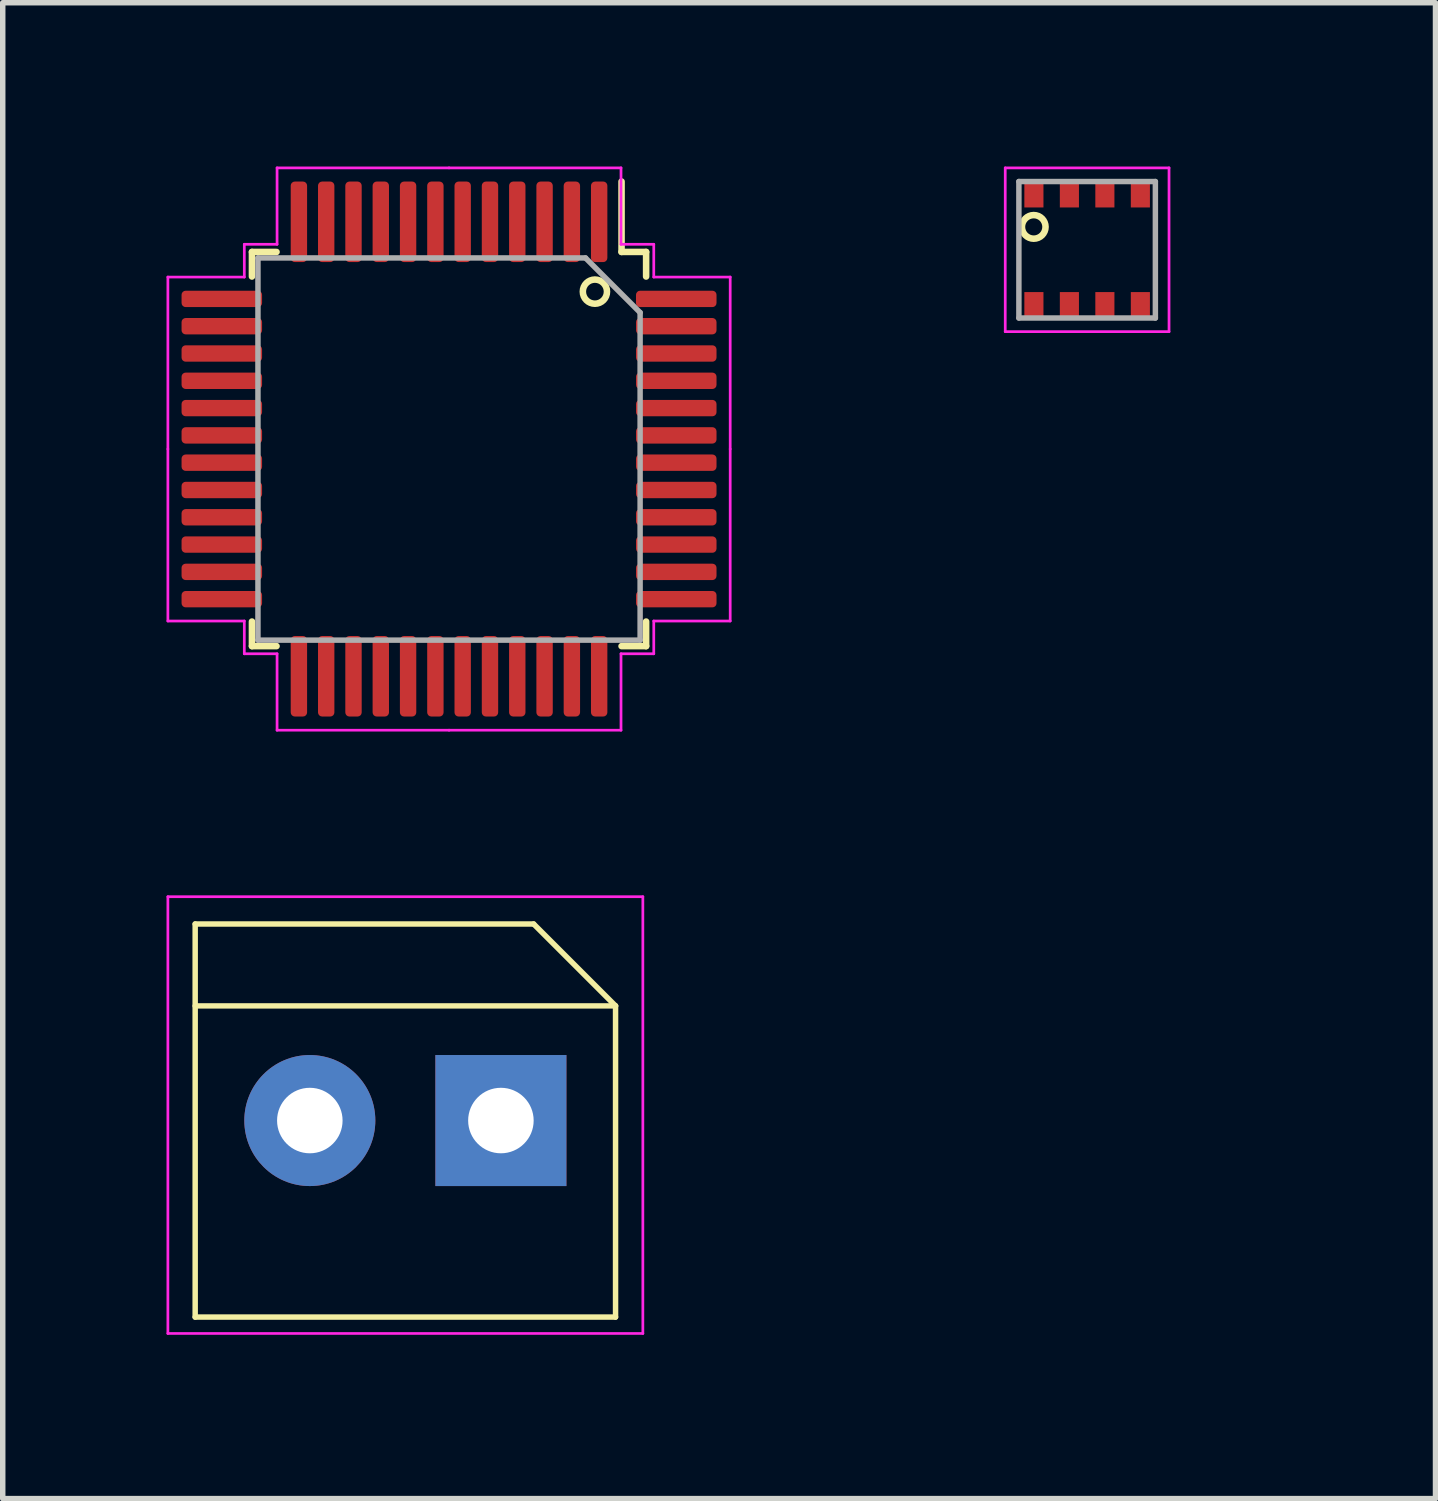
<source format=kicad_pcb>
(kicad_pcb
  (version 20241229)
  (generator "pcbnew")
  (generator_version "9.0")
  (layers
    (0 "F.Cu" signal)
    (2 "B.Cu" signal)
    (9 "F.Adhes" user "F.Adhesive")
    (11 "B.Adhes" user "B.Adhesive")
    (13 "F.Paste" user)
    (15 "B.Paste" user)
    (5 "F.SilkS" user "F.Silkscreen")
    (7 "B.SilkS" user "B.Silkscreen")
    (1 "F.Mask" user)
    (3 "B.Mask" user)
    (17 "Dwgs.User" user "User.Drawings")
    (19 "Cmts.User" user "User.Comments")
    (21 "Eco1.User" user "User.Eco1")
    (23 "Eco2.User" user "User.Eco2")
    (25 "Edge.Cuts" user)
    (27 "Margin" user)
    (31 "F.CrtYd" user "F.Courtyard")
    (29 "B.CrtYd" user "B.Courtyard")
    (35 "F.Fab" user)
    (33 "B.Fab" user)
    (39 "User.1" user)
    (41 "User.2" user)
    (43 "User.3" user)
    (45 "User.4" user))
  (footprint "TempHumidyPressure_BME280"
    (layer "F.Cu")
    (at 16.863 1.525)
    (property "Reference" "TempHumidyPressure_BME280" (at -0.066 -0.003 0) (layer "Eco2.User") (effects (font (size 0.3 0.3) (thickness 0.075))))
    (attr through_hole)
    (fp_circle (center -0.978 -0.419) (end -0.965 -0.203) (stroke (width 0.12) (type solid)) (fill no) (layer "F.SilkS"))
    (fp_line (start -1.5 -1.5) (end -1.5 1.5) (stroke (width 0.05) (type solid)) (layer "F.CrtYd"))
    (fp_line (start 1.5 -1.5) (end -1.5 -1.5) (stroke (width 0.05) (type solid)) (layer "F.CrtYd"))
    (fp_line (start 1.5 -1.5) (end 1.5 1.5) (stroke (width 0.05) (type solid)) (layer "F.CrtYd"))
    (fp_line (start 1.5 1.5) (end -1.5 1.5) (stroke (width 0.05) (type solid)) (layer "F.CrtYd"))
    (fp_line (start -1.25 -1.25) (end 1.25 -1.25) (stroke (width 0.1) (type solid)) (layer "F.Fab"))
    (fp_line (start -1.25 1.25) (end -1.25 -1.25) (stroke (width 0.1) (type solid)) (layer "F.Fab"))
    (fp_line (start 1.25 -1.25) (end 1.25 1.25) (stroke (width 0.1) (type solid)) (layer "F.Fab"))
    (fp_line (start 1.25 1.25) (end -1.25 1.25) (stroke (width 0.1) (type solid)) (layer "F.Fab"))
    (pad "1" smd rect (at -0.975 -1.025) (size 0.35 0.5) (layers "F.Cu" "F.Mask" "F.Paste"))
    (pad "2" smd rect (at -0.325 -1.025) (size 0.35 0.5) (layers "F.Cu" "F.Mask" "F.Paste"))
    (pad "3" smd rect (at 0.325 -1.025) (size 0.35 0.5) (layers "F.Cu" "F.Mask" "F.Paste"))
    (pad "4" smd rect (at 0.975 -1.025) (size 0.35 0.5) (layers "F.Cu" "F.Mask" "F.Paste"))
    (pad "5" smd rect (at 0.975 1.025) (size 0.35 0.5) (layers "F.Cu" "F.Mask" "F.Paste"))
    (pad "6" smd rect (at 0.325 1.025) (size 0.35 0.5) (layers "F.Cu" "F.Mask" "F.Paste"))
    (pad "7" smd rect (at -0.325 1.025) (size 0.35 0.5) (layers "F.Cu" "F.Mask" "F.Paste"))
    (pad "8" smd rect (at -0.975 1.025) (size 0.35 0.5) (layers "F.Cu" "F.Mask" "F.Paste")))
  (footprint "STM32F072C8T6"
    (layer "F.Cu")
    (at 5.175 5.175)
    (property "Reference" "STM32F072C8T6" (at -0.246 -0.272 0) (layer "Eco2.User") (effects (font (size 0.3 0.3) (thickness 0.075))))
    (attr smd)
    (fp_line (start -3.61 -3.61) (end -3.16 -3.61) (stroke (width 0.12) (type solid)) (layer "F.SilkS"))
    (fp_line (start -3.61 -3.16) (end -3.61 -3.61) (stroke (width 0.12) (type solid)) (layer "F.SilkS"))
    (fp_line (start -3.61 3.16) (end -3.61 3.61) (stroke (width 0.12) (type solid)) (layer "F.SilkS"))
    (fp_line (start -3.61 3.61) (end -3.16 3.61) (stroke (width 0.12) (type solid)) (layer "F.SilkS"))
    (fp_line (start 3.16 -3.61) (end 3.16 -4.9) (stroke (width 0.12) (type solid)) (layer "F.SilkS"))
    (fp_line (start 3.61 -3.61) (end 3.16 -3.61) (stroke (width 0.12) (type solid)) (layer "F.SilkS"))
    (fp_line (start 3.61 -3.16) (end 3.61 -3.61) (stroke (width 0.12) (type solid)) (layer "F.SilkS"))
    (fp_line (start 3.61 3.16) (end 3.61 3.61) (stroke (width 0.12) (type solid)) (layer "F.SilkS"))
    (fp_line (start 3.61 3.61) (end 3.16 3.61) (stroke (width 0.12) (type solid)) (layer "F.SilkS"))
    (fp_circle (center 2.672 -2.883) (end 2.543 -2.703) (stroke (width 0.12) (type solid)) (fill no) (layer "F.SilkS"))
    (fp_line (start -5.15 -3.15) (end -3.75 -3.15) (stroke (width 0.05) (type solid)) (layer "F.CrtYd"))
    (fp_line (start -5.15 0) (end -5.15 -3.15) (stroke (width 0.05) (type solid)) (layer "F.CrtYd"))
    (fp_line (start -5.15 0) (end -5.15 3.15) (stroke (width 0.05) (type solid)) (layer "F.CrtYd"))
    (fp_line (start -5.15 3.15) (end -3.75 3.15) (stroke (width 0.05) (type solid)) (layer "F.CrtYd"))
    (fp_line (start -3.75 -3.75) (end -3.15 -3.75) (stroke (width 0.05) (type solid)) (layer "F.CrtYd"))
    (fp_line (start -3.75 -3.15) (end -3.75 -3.75) (stroke (width 0.05) (type solid)) (layer "F.CrtYd"))
    (fp_line (start -3.75 3.15) (end -3.75 3.75) (stroke (width 0.05) (type solid)) (layer "F.CrtYd"))
    (fp_line (start -3.75 3.75) (end -3.15 3.75) (stroke (width 0.05) (type solid)) (layer "F.CrtYd"))
    (fp_line (start -3.15 -5.15) (end 0 -5.15) (stroke (width 0.05) (type solid)) (layer "F.CrtYd"))
    (fp_line (start -3.15 -3.75) (end -3.15 -5.15) (stroke (width 0.05) (type solid)) (layer "F.CrtYd"))
    (fp_line (start -3.15 3.75) (end -3.15 5.15) (stroke (width 0.05) (type solid)) (layer "F.CrtYd"))
    (fp_line (start -3.15 5.15) (end 0 5.15) (stroke (width 0.05) (type solid)) (layer "F.CrtYd"))
    (fp_line (start 3.15 -5.15) (end 0 -5.15) (stroke (width 0.05) (type solid)) (layer "F.CrtYd"))
    (fp_line (start 3.15 -3.75) (end 3.15 -5.15) (stroke (width 0.05) (type solid)) (layer "F.CrtYd"))
    (fp_line (start 3.15 3.75) (end 3.15 5.15) (stroke (width 0.05) (type solid)) (layer "F.CrtYd"))
    (fp_line (start 3.15 5.15) (end 0 5.15) (stroke (width 0.05) (type solid)) (layer "F.CrtYd"))
    (fp_line (start 3.75 -3.75) (end 3.15 -3.75) (stroke (width 0.05) (type solid)) (layer "F.CrtYd"))
    (fp_line (start 3.75 -3.15) (end 3.75 -3.75) (stroke (width 0.05) (type solid)) (layer "F.CrtYd"))
    (fp_line (start 3.75 3.15) (end 3.75 3.75) (stroke (width 0.05) (type solid)) (layer "F.CrtYd"))
    (fp_line (start 3.75 3.75) (end 3.15 3.75) (stroke (width 0.05) (type solid)) (layer "F.CrtYd"))
    (fp_line (start 5.15 -3.15) (end 3.75 -3.15) (stroke (width 0.05) (type solid)) (layer "F.CrtYd"))
    (fp_line (start 5.15 0) (end 5.15 -3.15) (stroke (width 0.05) (type solid)) (layer "F.CrtYd"))
    (fp_line (start 5.15 0) (end 5.15 3.15) (stroke (width 0.05) (type solid)) (layer "F.CrtYd"))
    (fp_line (start 5.15 3.15) (end 3.75 3.15) (stroke (width 0.05) (type solid)) (layer "F.CrtYd"))
    (fp_line (start -3.5 -3.5) (end 2.5 -3.5) (stroke (width 0.1) (type solid)) (layer "F.Fab"))
    (fp_line (start -3.5 3.5) (end -3.5 -3.5) (stroke (width 0.1) (type solid)) (layer "F.Fab"))
    (fp_line (start 2.5 -3.5) (end 3.5 -2.5) (stroke (width 0.1) (type solid)) (layer "F.Fab"))
    (fp_line (start 3.5 -2.5) (end 3.5 3.5) (stroke (width 0.1) (type solid)) (layer "F.Fab"))
    (fp_line (start 3.5 3.5) (end -3.5 3.5) (stroke (width 0.1) (type solid)) (layer "F.Fab"))
    (pad "1" smd roundrect (at 2.75 -4.162 270) (size 1.475 0.3) (layers "F.Cu" "F.Mask" "F.Paste") (roundrect_rratio 0.25))
    (pad "2" smd roundrect (at 2.25 -4.162 270) (size 1.475 0.3) (layers "F.Cu" "F.Mask" "F.Paste") (roundrect_rratio 0.25))
    (pad "3" smd roundrect (at 1.75 -4.162 270) (size 1.475 0.3) (layers "F.Cu" "F.Mask" "F.Paste") (roundrect_rratio 0.25))
    (pad "4" smd roundrect (at 1.25 -4.162 270) (size 1.475 0.3) (layers "F.Cu" "F.Mask" "F.Paste") (roundrect_rratio 0.25))
    (pad "5" smd roundrect (at 0.75 -4.162 270) (size 1.475 0.3) (layers "F.Cu" "F.Mask" "F.Paste") (roundrect_rratio 0.25))
    (pad "6" smd roundrect (at 0.25 -4.162 270) (size 1.475 0.3) (layers "F.Cu" "F.Mask" "F.Paste") (roundrect_rratio 0.25))
    (pad "7" smd roundrect (at -0.25 -4.162 270) (size 1.475 0.3) (layers "F.Cu" "F.Mask" "F.Paste") (roundrect_rratio 0.25))
    (pad "8" smd roundrect (at -0.75 -4.162 270) (size 1.475 0.3) (layers "F.Cu" "F.Mask" "F.Paste") (roundrect_rratio 0.25))
    (pad "9" smd roundrect (at -1.25 -4.162 270) (size 1.475 0.3) (layers "F.Cu" "F.Mask" "F.Paste") (roundrect_rratio 0.25))
    (pad "10" smd roundrect (at -1.75 -4.162 270) (size 1.475 0.3) (layers "F.Cu" "F.Mask" "F.Paste") (roundrect_rratio 0.25))
    (pad "11" smd roundrect (at -2.25 -4.162 270) (size 1.475 0.3) (layers "F.Cu" "F.Mask" "F.Paste") (roundrect_rratio 0.25))
    (pad "12" smd roundrect (at -2.75 -4.162 270) (size 1.475 0.3) (layers "F.Cu" "F.Mask" "F.Paste") (roundrect_rratio 0.25))
    (pad "13" smd roundrect (at -4.162 -2.75 270) (size 0.3 1.475) (layers "F.Cu" "F.Mask" "F.Paste") (roundrect_rratio 0.25))
    (pad "14" smd roundrect (at -4.162 -2.25 270) (size 0.3 1.475) (layers "F.Cu" "F.Mask" "F.Paste") (roundrect_rratio 0.25))
    (pad "15" smd roundrect (at -4.162 -1.75 270) (size 0.3 1.475) (layers "F.Cu" "F.Mask" "F.Paste") (roundrect_rratio 0.25))
    (pad "16" smd roundrect (at -4.162 -1.25 270) (size 0.3 1.475) (layers "F.Cu" "F.Mask" "F.Paste") (roundrect_rratio 0.25))
    (pad "17" smd roundrect (at -4.162 -0.75 270) (size 0.3 1.475) (layers "F.Cu" "F.Mask" "F.Paste") (roundrect_rratio 0.25))
    (pad "18" smd roundrect (at -4.162 -0.25 270) (size 0.3 1.475) (layers "F.Cu" "F.Mask" "F.Paste") (roundrect_rratio 0.25))
    (pad "19" smd roundrect (at -4.162 0.25 270) (size 0.3 1.475) (layers "F.Cu" "F.Mask" "F.Paste") (roundrect_rratio 0.25))
    (pad "20" smd roundrect (at -4.162 0.75 270) (size 0.3 1.475) (layers "F.Cu" "F.Mask" "F.Paste") (roundrect_rratio 0.25))
    (pad "21" smd roundrect (at -4.162 1.25 270) (size 0.3 1.475) (layers "F.Cu" "F.Mask" "F.Paste") (roundrect_rratio 0.25))
    (pad "22" smd roundrect (at -4.162 1.75 270) (size 0.3 1.475) (layers "F.Cu" "F.Mask" "F.Paste") (roundrect_rratio 0.25))
    (pad "23" smd roundrect (at -4.162 2.25 270) (size 0.3 1.475) (layers "F.Cu" "F.Mask" "F.Paste") (roundrect_rratio 0.25))
    (pad "24" smd roundrect (at -4.162 2.75 270) (size 0.3 1.475) (layers "F.Cu" "F.Mask" "F.Paste") (roundrect_rratio 0.25))
    (pad "25" smd roundrect (at -2.75 4.162 270) (size 1.475 0.3) (layers "F.Cu" "F.Mask" "F.Paste") (roundrect_rratio 0.25))
    (pad "26" smd roundrect (at -2.25 4.162 270) (size 1.475 0.3) (layers "F.Cu" "F.Mask" "F.Paste") (roundrect_rratio 0.25))
    (pad "27" smd roundrect (at -1.75 4.162 270) (size 1.475 0.3) (layers "F.Cu" "F.Mask" "F.Paste") (roundrect_rratio 0.25))
    (pad "28" smd roundrect (at -1.25 4.162 270) (size 1.475 0.3) (layers "F.Cu" "F.Mask" "F.Paste") (roundrect_rratio 0.25))
    (pad "29" smd roundrect (at -0.75 4.162 270) (size 1.475 0.3) (layers "F.Cu" "F.Mask" "F.Paste") (roundrect_rratio 0.25))
    (pad "30" smd roundrect (at -0.25 4.162 270) (size 1.475 0.3) (layers "F.Cu" "F.Mask" "F.Paste") (roundrect_rratio 0.25))
    (pad "31" smd roundrect (at 0.25 4.162 270) (size 1.475 0.3) (layers "F.Cu" "F.Mask" "F.Paste") (roundrect_rratio 0.25))
    (pad "32" smd roundrect (at 0.75 4.162 270) (size 1.475 0.3) (layers "F.Cu" "F.Mask" "F.Paste") (roundrect_rratio 0.25))
    (pad "33" smd roundrect (at 1.25 4.162 270) (size 1.475 0.3) (layers "F.Cu" "F.Mask" "F.Paste") (roundrect_rratio 0.25))
    (pad "34" smd roundrect (at 1.75 4.162 270) (size 1.475 0.3) (layers "F.Cu" "F.Mask" "F.Paste") (roundrect_rratio 0.25))
    (pad "35" smd roundrect (at 2.25 4.162 270) (size 1.475 0.3) (layers "F.Cu" "F.Mask" "F.Paste") (roundrect_rratio 0.25))
    (pad "36" smd roundrect (at 2.75 4.162 270) (size 1.475 0.3) (layers "F.Cu" "F.Mask" "F.Paste") (roundrect_rratio 0.25))
    (pad "37" smd roundrect (at 4.162 2.75 270) (size 0.3 1.475) (layers "F.Cu" "F.Mask" "F.Paste") (roundrect_rratio 0.25))
    (pad "38" smd roundrect (at 4.162 2.25 270) (size 0.3 1.475) (layers "F.Cu" "F.Mask" "F.Paste") (roundrect_rratio 0.25))
    (pad "39" smd roundrect (at 4.162 1.75 270) (size 0.3 1.475) (layers "F.Cu" "F.Mask" "F.Paste") (roundrect_rratio 0.25))
    (pad "40" smd roundrect (at 4.162 1.25 270) (size 0.3 1.475) (layers "F.Cu" "F.Mask" "F.Paste") (roundrect_rratio 0.25))
    (pad "41" smd roundrect (at 4.162 0.75 270) (size 0.3 1.475) (layers "F.Cu" "F.Mask" "F.Paste") (roundrect_rratio 0.25))
    (pad "42" smd roundrect (at 4.162 0.25 270) (size 0.3 1.475) (layers "F.Cu" "F.Mask" "F.Paste") (roundrect_rratio 0.25))
    (pad "43" smd roundrect (at 4.162 -0.25 270) (size 0.3 1.475) (layers "F.Cu" "F.Mask" "F.Paste") (roundrect_rratio 0.25))
    (pad "44" smd roundrect (at 4.162 -0.75 270) (size 0.3 1.475) (layers "F.Cu" "F.Mask" "F.Paste") (roundrect_rratio 0.25))
    (pad "45" smd roundrect (at 4.162 -1.25 270) (size 0.3 1.475) (layers "F.Cu" "F.Mask" "F.Paste") (roundrect_rratio 0.25))
    (pad "46" smd roundrect (at 4.162 -1.75 270) (size 0.3 1.475) (layers "F.Cu" "F.Mask" "F.Paste") (roundrect_rratio 0.25))
    (pad "47" smd roundrect (at 4.162 -2.25 270) (size 0.3 1.475) (layers "F.Cu" "F.Mask" "F.Paste") (roundrect_rratio 0.25))
    (pad "48" smd roundrect (at 4.162 -2.75 270) (size 0.3 1.475) (layers "F.Cu" "F.Mask" "F.Paste") (roundrect_rratio 0.25)))
  (footprint "TerminalBlock_2P_3.5mm"
    (layer "F.Cu")
    (at 4.332 17.389)
    (property "Reference" "TerminalBlock_2P_3.5mm" (at 0.061 -1.554 0) (layer "Eco2.User") (effects (font (size 0.3 0.3) (thickness 0.075))))
    (attr through_hole)
    (fp_line (start -3.807 -3.514) (end 2.393 -3.514) (stroke (width 0.1) (type solid)) (layer "F.SilkS"))
    (fp_line (start -3.807 3.686) (end -3.807 -3.514) (stroke (width 0.1) (type solid)) (layer "F.SilkS"))
    (fp_line (start 2.393 -3.514) (end 3.893 -2.014) (stroke (width 0.1) (type solid)) (layer "F.SilkS"))
    (fp_line (start 3.893 -2.014) (end -3.807 -2.014) (stroke (width 0.1) (type solid)) (layer "F.SilkS"))
    (fp_line (start 3.893 -2.014) (end 3.893 3.686) (stroke (width 0.1) (type solid)) (layer "F.SilkS"))
    (fp_line (start 3.893 3.686) (end -3.807 3.686) (stroke (width 0.1) (type solid)) (layer "F.SilkS"))
    (fp_line (start -4.307 -4.014) (end -4.307 3.986) (stroke (width 0.05) (type solid)) (layer "F.CrtYd"))
    (fp_line (start -4.307 3.986) (end 4.393 3.986) (stroke (width 0.05) (type solid)) (layer "F.CrtYd"))
    (fp_line (start 4.393 -4.014) (end -4.307 -4.014) (stroke (width 0.05) (type solid)) (layer "F.CrtYd"))
    (fp_line (start 4.393 3.986) (end 4.393 -4.014) (stroke (width 0.05) (type solid)) (layer "F.CrtYd"))
    (pad "1" thru_hole rect (at 1.793 0.086 180) (size 2.4 2.4) (drill 1.2) (layers "*.Cu" "*.Mask"))
    (pad "2" thru_hole circle (at -1.707 0.086 180) (size 2.4 2.4) (drill 1.2) (layers "*.Cu" "*.Mask")))
  (gr_rect
    (start -3 -3)
    (end 23.244 24.4)
    (stroke (width 0.1) (type default))
    (fill no)
    (layer "Edge.Cuts")))
</source>
